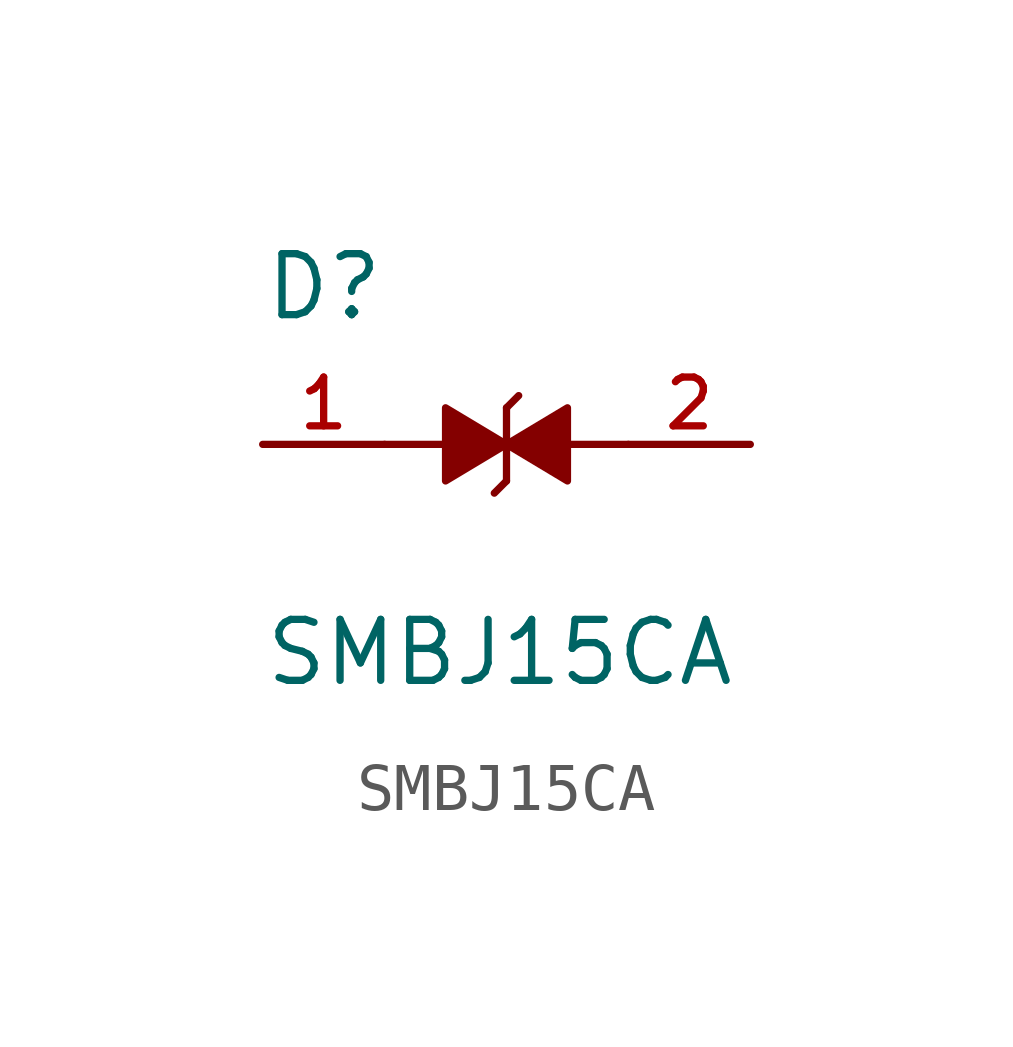
<source format=kicad_sym>
(kicad_symbol_lib
  (version 20211014)
  (generator kicad_symbol_editor)
  (symbol "SMBJ15CA"
    (pin_names
      (offset 1.016))
    (property "Reference" "D"
      (at -5.08 2.54 0)
      (effects (font (size 1.27 1.27)) (justify bottom left)))
    (property "Value" "SMBJ15CA"
      (at -5.08 -5.08 0)
      (effects (font (size 1.27 1.27)) (justify bottom left)))
    (symbol "SMBJ15CA_0_0"
      (polyline (pts (xy 0.0 0.0) (xy -1.27 -0.762) (xy -1.27 0.762) (xy 0.0 0.0)) (stroke (width 0.152)) (fill (type outline)))
      (polyline (pts (xy 0.0 -0.762) (xy 0.0 0.762)) (stroke (width 0.152)))
      (polyline (pts (xy 0.0 0.0) (xy 1.27 0.762) (xy 1.27 -0.762) (xy 0.0 0.0)) (stroke (width 0.152)) (fill (type outline)))
      (polyline (pts (xy 0.0 -0.762) (xy -0.254 -1.016)) (stroke (width 0.152)))
      (polyline (pts (xy 0.0 0.762) (xy 0.254 1.016)) (stroke (width 0.152)))
      (polyline (pts (xy 1.27 0.0) (xy 2.54 0.0)) (stroke (width 0.152)))
      (polyline (pts (xy -1.27 0.0) (xy -2.54 0.0)) (stroke (width 0.152)))
      (pin passive line (at -5.08 0.0 0) (length 2.54) (name "~" (effects (font (size 1.016 1.016)))) (number "1" (effects (font (size 1.016 1.016)))))
      (pin passive line (at 5.08 0.0 180.0) (length 2.54) (name "~" (effects (font (size 1.016 1.016)))) (number "2" (effects (font (size 1.016 1.016))))))))
</source>
